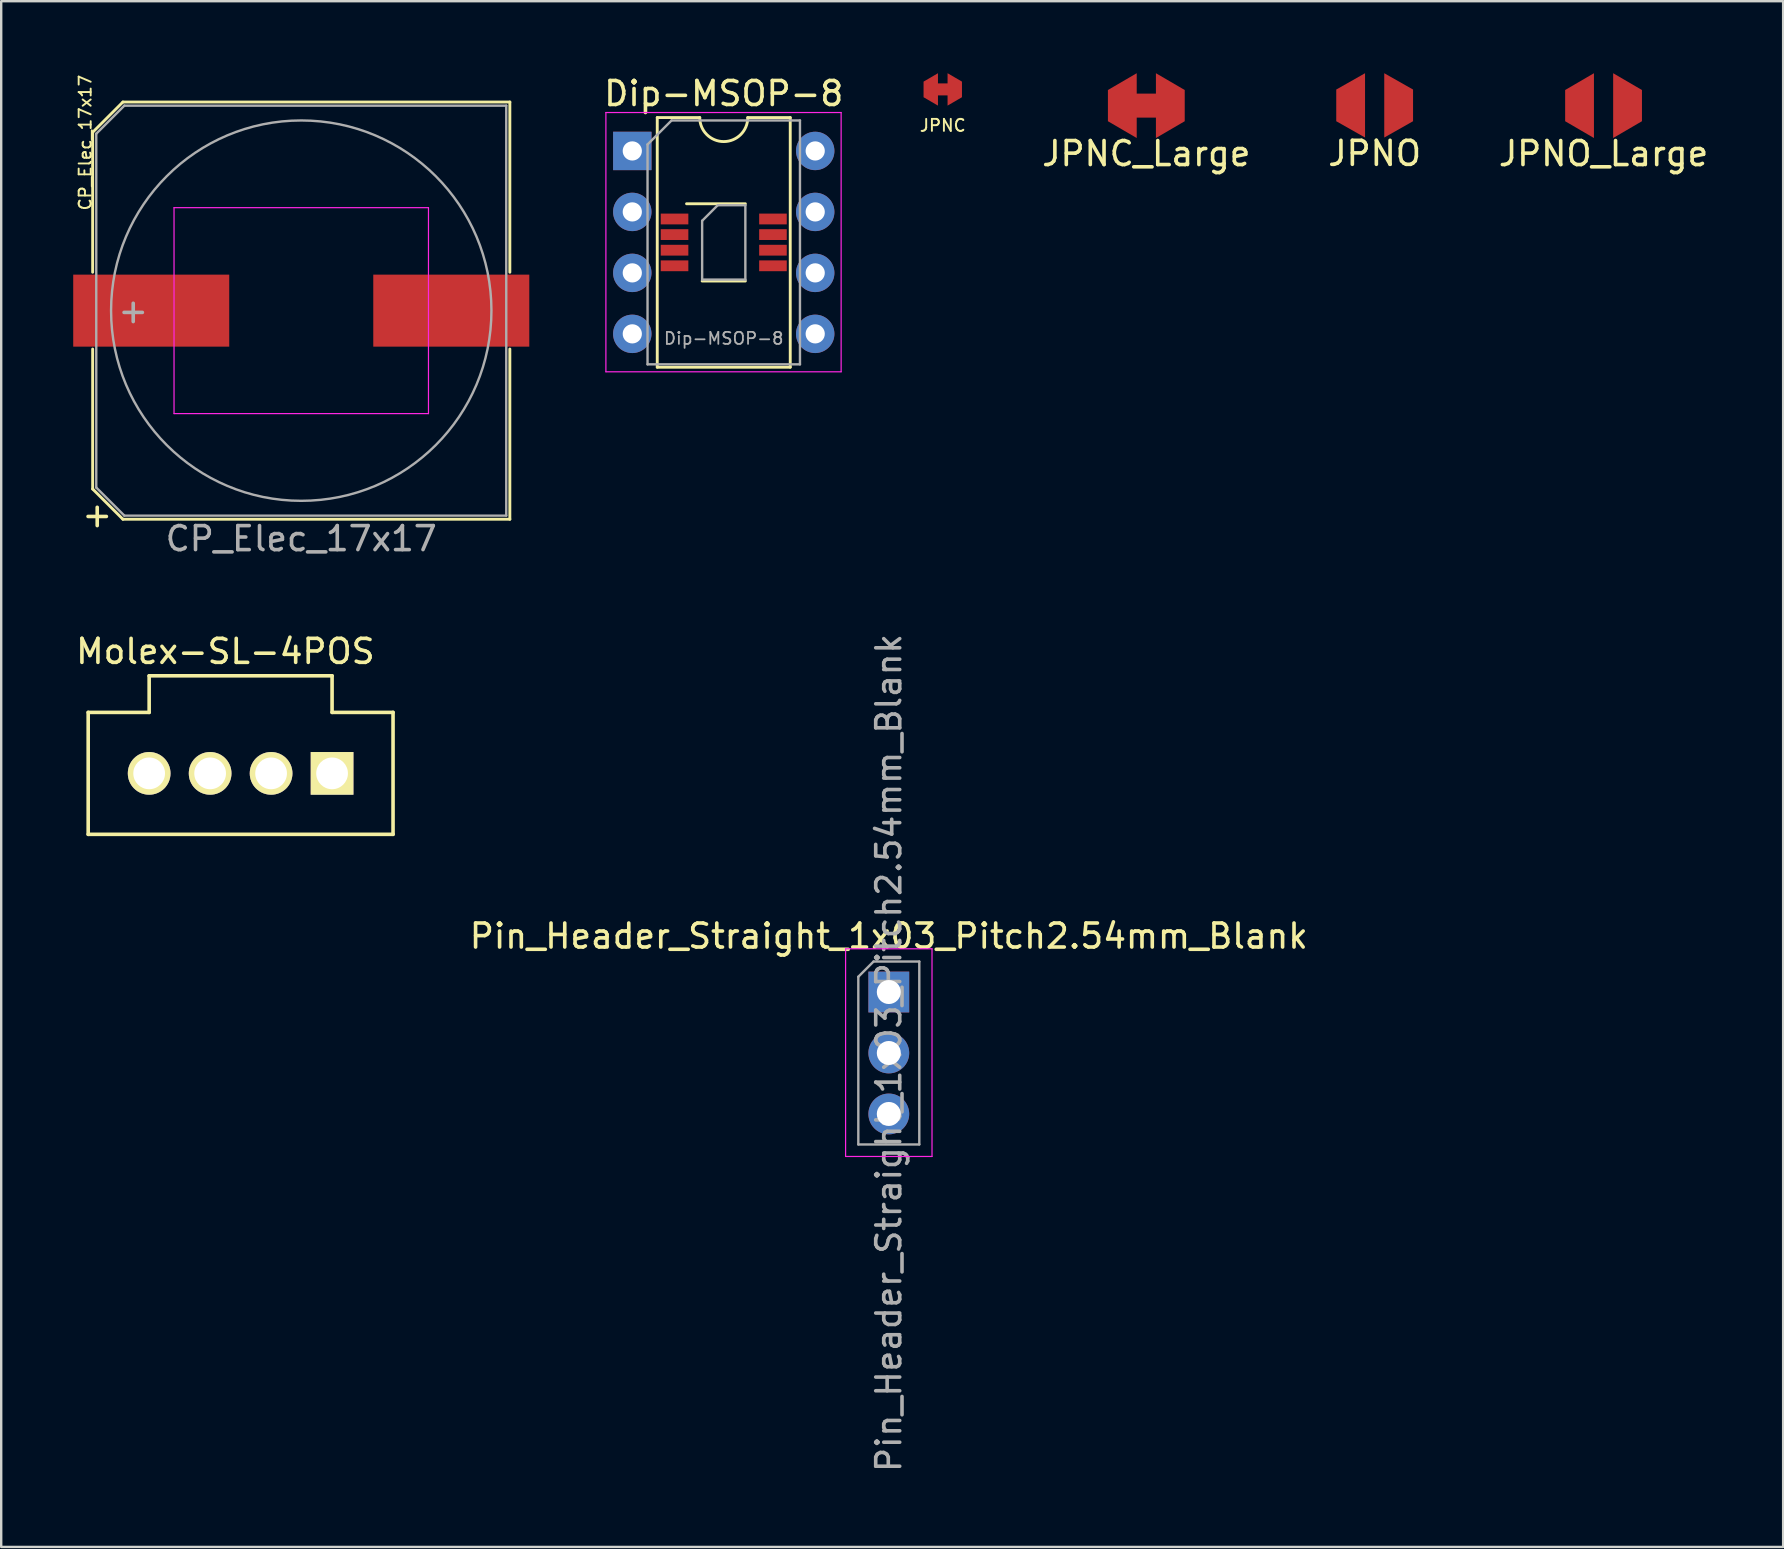
<source format=kicad_pcb>
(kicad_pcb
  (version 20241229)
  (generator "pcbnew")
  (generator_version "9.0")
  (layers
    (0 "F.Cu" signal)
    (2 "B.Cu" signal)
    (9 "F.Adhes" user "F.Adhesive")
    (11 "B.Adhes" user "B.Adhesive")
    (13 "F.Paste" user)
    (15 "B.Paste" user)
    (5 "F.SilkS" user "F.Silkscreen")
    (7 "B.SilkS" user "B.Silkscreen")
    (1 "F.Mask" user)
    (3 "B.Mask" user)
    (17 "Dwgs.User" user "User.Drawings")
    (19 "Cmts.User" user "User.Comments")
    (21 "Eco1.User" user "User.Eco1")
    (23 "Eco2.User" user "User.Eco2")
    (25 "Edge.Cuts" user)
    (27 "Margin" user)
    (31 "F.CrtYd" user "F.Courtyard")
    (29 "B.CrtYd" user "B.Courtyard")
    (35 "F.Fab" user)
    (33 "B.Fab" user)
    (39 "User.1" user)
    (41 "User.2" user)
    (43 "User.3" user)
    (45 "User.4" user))
  (footprint "JPNC_Large"
    (layer "F.Cu")
    (at 44.705 1.35)
    (property "Reference" "JPNC_Large" (at 0 2 0) (layer "F.SilkS") (effects (font (size 1 1) (thickness 0.15))))
    (attr through_hole)
    (pad "" smd rect (at 0 0) (size 1.2 1) (layers "F.Cu" "F.Mask" "F.Paste"))
    (pad "1" smd trapezoid (at -1 0 180) (size 1.2 2) (rect_delta 0.7 0) (layers "F.Cu" "F.Mask" "F.Paste"))
    (pad "2" smd trapezoid (at 1 0) (size 1.2 2) (rect_delta 0.7 0) (layers "F.Cu" "F.Mask" "F.Paste")))
  (footprint "Dip-MSOP-8"
    (layer "F.Cu")
    (at 23.291 3.238)
    (property "Reference" "Dip-MSOP-8" (at 3.81 -2.39 0) (layer "F.SilkS") (effects (font (size 1 1) (thickness 0.15))))
    (attr smd)
    (fp_line (start 1.04 -1.39) (end 1.04 9.01) (stroke (width 0.12) (type solid)) (layer "F.SilkS"))
    (fp_line (start 1.04 9.01) (end 6.58 9.01) (stroke (width 0.12) (type solid)) (layer "F.SilkS"))
    (fp_line (start 2.81 -1.39) (end 1.04 -1.39) (stroke (width 0.12) (type solid)) (layer "F.SilkS"))
    (fp_line (start 2.91 5.42) (end 4.71 5.42) (stroke (width 0.12) (type solid)) (layer "F.SilkS"))
    (fp_line (start 4.71 2.2) (end 2.26 2.2) (stroke (width 0.12) (type solid)) (layer "F.SilkS"))
    (fp_line (start 6.58 -1.39) (end 4.81 -1.39) (stroke (width 0.12) (type solid)) (layer "F.SilkS"))
    (fp_line (start 6.58 9.01) (end 6.58 -1.39) (stroke (width 0.12) (type solid)) (layer "F.SilkS"))
    (fp_arc (start 4.81 -1.39) (mid 3.81 -0.39) (end 2.81 -1.39) (stroke (width 0.12) (type solid)) (layer "F.SilkS"))
    (fp_line (start -1.1 -1.6) (end -1.1 9.2) (stroke (width 0.05) (type solid)) (layer "F.CrtYd"))
    (fp_line (start -1.1 9.2) (end 8.7 9.2) (stroke (width 0.05) (type solid)) (layer "F.CrtYd"))
    (fp_line (start 8.7 -1.6) (end -1.1 -1.6) (stroke (width 0.05) (type solid)) (layer "F.CrtYd"))
    (fp_line (start 8.7 9.2) (end 8.7 -1.6) (stroke (width 0.05) (type solid)) (layer "F.CrtYd"))
    (fp_line (start 0.635 -0.27) (end 1.635 -1.27) (stroke (width 0.1) (type solid)) (layer "F.Fab"))
    (fp_line (start 0.635 8.89) (end 0.635 -0.27) (stroke (width 0.1) (type solid)) (layer "F.Fab"))
    (fp_line (start 1.635 -1.27) (end 6.985 -1.27) (stroke (width 0.1) (type solid)) (layer "F.Fab"))
    (fp_line (start 2.91 2.91) (end 2.91 5.36) (stroke (width 0.1) (type solid)) (layer "F.Fab"))
    (fp_line (start 2.91 2.91) (end 3.56 2.26) (stroke (width 0.1) (type solid)) (layer "F.Fab"))
    (fp_line (start 4.71 2.26) (end 3.56 2.26) (stroke (width 0.1) (type solid)) (layer "F.Fab"))
    (fp_line (start 4.71 2.26) (end 4.71 5.36) (stroke (width 0.1) (type solid)) (layer "F.Fab"))
    (fp_line (start 4.71 5.36) (end 2.91 5.36) (stroke (width 0.1) (type solid)) (layer "F.Fab"))
    (fp_line (start 6.985 -1.27) (end 6.985 8.89) (stroke (width 0.1) (type solid)) (layer "F.Fab"))
    (fp_line (start 6.985 8.89) (end 0.635 8.89) (stroke (width 0.1) (type solid)) (layer "F.Fab"))
    (fp_text user "${REFERENCE}" (at 3.81 7.81 0) (layer "F.Fab") (effects (font (size 0.5 0.5) (thickness 0.075))))
    (pad "1" thru_hole rect (at 0 0) (size 1.6 1.6) (drill 0.8) (layers "*.Cu" "*.Mask"))
    (pad "1" smd rect (at 1.76 2.835) (size 1.15 0.45) (layers "F.Cu" "F.Mask" "F.Paste"))
    (pad "2" thru_hole oval (at 0 2.54) (size 1.6 1.6) (drill 0.8) (layers "*.Cu" "*.Mask"))
    (pad "2" smd rect (at 1.76 3.485) (size 1.15 0.45) (layers "F.Cu" "F.Mask" "F.Paste"))
    (pad "3" thru_hole oval (at 0 5.08) (size 1.6 1.6) (drill 0.8) (layers "*.Cu" "*.Mask"))
    (pad "3" smd rect (at 1.76 4.135) (size 1.15 0.45) (layers "F.Cu" "F.Mask" "F.Paste"))
    (pad "4" thru_hole oval (at 0 7.62) (size 1.6 1.6) (drill 0.8) (layers "*.Cu" "*.Mask"))
    (pad "4" smd rect (at 1.76 4.785) (size 1.15 0.45) (layers "F.Cu" "F.Mask" "F.Paste"))
    (pad "5" smd rect (at 5.86 4.785) (size 1.15 0.45) (layers "F.Cu" "F.Mask" "F.Paste"))
    (pad "5" thru_hole oval (at 7.62 7.62) (size 1.6 1.6) (drill 0.8) (layers "*.Cu" "*.Mask"))
    (pad "6" smd rect (at 5.86 4.135) (size 1.15 0.45) (layers "F.Cu" "F.Mask" "F.Paste"))
    (pad "6" thru_hole oval (at 7.62 5.08) (size 1.6 1.6) (drill 0.8) (layers "*.Cu" "*.Mask"))
    (pad "7" smd rect (at 5.86 3.485) (size 1.15 0.45) (layers "F.Cu" "F.Mask" "F.Paste"))
    (pad "7" thru_hole oval (at 7.62 2.54) (size 1.6 1.6) (drill 0.8) (layers "*.Cu" "*.Mask"))
    (pad "8" smd rect (at 5.86 2.835) (size 1.15 0.45) (layers "F.Cu" "F.Mask" "F.Paste"))
    (pad "8" thru_hole oval (at 7.62 0) (size 1.6 1.6) (drill 0.8) (layers "*.Cu" "*.Mask")))
  (footprint "Pin_Header_Straight_1x03_Pitch2.54mm_Blank"
    (layer "F.Cu")
    (at 33.977 38.277)
    (property "Reference" "Pin_Header_Straight_1x03_Pitch2.54mm_Blank" (at 0 -2.33 0) (layer "F.SilkS") (effects (font (size 1 1) (thickness 0.15))))
    (attr through_hole)
    (fp_line (start -1.8 -1.8) (end -1.8 6.85) (stroke (width 0.05) (type solid)) (layer "F.CrtYd"))
    (fp_line (start -1.8 6.85) (end 1.8 6.85) (stroke (width 0.05) (type solid)) (layer "F.CrtYd"))
    (fp_line (start 1.8 -1.8) (end -1.8 -1.8) (stroke (width 0.05) (type solid)) (layer "F.CrtYd"))
    (fp_line (start 1.8 6.85) (end 1.8 -1.8) (stroke (width 0.05) (type solid)) (layer "F.CrtYd"))
    (fp_line (start -1.27 -0.635) (end -0.635 -1.27) (stroke (width 0.1) (type solid)) (layer "F.Fab"))
    (fp_line (start -1.27 6.35) (end -1.27 -0.635) (stroke (width 0.1) (type solid)) (layer "F.Fab"))
    (fp_line (start -0.635 -1.27) (end 1.27 -1.27) (stroke (width 0.1) (type solid)) (layer "F.Fab"))
    (fp_line (start 1.27 -1.27) (end 1.27 6.35) (stroke (width 0.1) (type solid)) (layer "F.Fab"))
    (fp_line (start 1.27 6.35) (end -1.27 6.35) (stroke (width 0.1) (type solid)) (layer "F.Fab"))
    (fp_text user "${REFERENCE}" (at 0 2.54 90) (layer "F.Fab") (effects (font (size 1 1) (thickness 0.15))))
    (pad "1" thru_hole rect (at 0 0) (size 1.7 1.7) (drill 1) (layers "*.Cu" "*.Mask"))
    (pad "2" thru_hole oval (at 0 2.54) (size 1.7 1.7) (drill 1) (layers "*.Cu" "*.Mask"))
    (pad "3" thru_hole oval (at 0 5.08) (size 1.7 1.7) (drill 1) (layers "*.Cu" "*.Mask")))
  (footprint "Molex-SL-4POS"
    (layer "F.Cu")
    (at 10.784 29.168)
    (property "Reference" "Molex-SL-4POS" (at -4.445 -5.08 0) (layer "F.SilkS") (effects (font (size 1 1) (thickness 0.15))))
    (attr through_hole)
    (fp_line (start -10.16 -2.54) (end -7.62 -2.54) (stroke (width 0.15) (type solid)) (layer "F.SilkS"))
    (fp_line (start -10.16 2.54) (end -10.16 -2.54) (stroke (width 0.15) (type solid)) (layer "F.SilkS"))
    (fp_line (start -10.16 2.54) (end 2.54 2.54) (stroke (width 0.15) (type solid)) (layer "F.SilkS"))
    (fp_line (start -7.62 -2.54) (end -7.62 -4.064) (stroke (width 0.15) (type solid)) (layer "F.SilkS"))
    (fp_line (start 0 -4.064) (end -7.62 -4.064) (stroke (width 0.15) (type solid)) (layer "F.SilkS"))
    (fp_line (start 0 -2.54) (end 0 -4.064) (stroke (width 0.15) (type solid)) (layer "F.SilkS"))
    (fp_line (start 2.54 -2.54) (end 0 -2.54) (stroke (width 0.15) (type solid)) (layer "F.SilkS"))
    (fp_line (start 2.54 2.54) (end 2.54 -2.54) (stroke (width 0.15) (type solid)) (layer "F.SilkS"))
    (pad "1" thru_hole rect (at 0 0) (size 1.778 1.778) (drill 1.321) (layers "*.Cu" "*.Mask" "F.SilkS"))
    (pad "2" thru_hole circle (at -2.54 0) (size 1.778 1.778) (drill 1.321) (layers "*.Cu" "*.Mask" "F.SilkS"))
    (pad "3" thru_hole circle (at -5.08 0) (size 1.778 1.778) (drill 1.321) (layers "*.Cu" "*.Mask" "F.SilkS"))
    (pad "4" thru_hole circle (at -7.62 0) (size 1.778 1.778) (drill 1.321) (layers "*.Cu" "*.Mask" "F.SilkS")))
  (footprint "JPNC"
    (layer "F.Cu")
    (at 36.225 0.675)
    (property "Reference" "JPNC" (at 0 1.5 0) (layer "F.SilkS") (effects (font (size 0.5 0.5) (thickness 0.08))))
    (attr through_hole)
    (fp_line (start -0.381 0) (end 0.381 0) (stroke (width 0.5) (type solid)) (layer "F.Cu"))
    (pad "1" smd trapezoid (at -0.5 0 180) (size 0.6 1) (rect_delta 0.35 0) (layers "F.Cu" "F.Mask" "F.Paste"))
    (pad "2" smd trapezoid (at 0.5 0) (size 0.6 1) (rect_delta 0.35 0) (layers "F.Cu" "F.Mask" "F.Paste")))
  (footprint "JPNO"
    (layer "F.Cu")
    (at 54.217 1.34)
    (property "Reference" "JPNO" (at 0 2 0) (layer "F.SilkS") (effects (font (size 1 1) (thickness 0.15))))
    (attr through_hole)
    (pad "1" smd trapezoid (at -1 0 180) (size 1.2 2) (rect_delta 0.68 0) (layers "F.Cu" "F.Mask" "F.Paste"))
    (pad "2" smd trapezoid (at 1 0) (size 1.2 2) (rect_delta 0.68 0) (layers "F.Cu" "F.Mask" "F.Paste")))
  (footprint "CP_Elec_17x17"
    (layer "F.Cu")
    (at 9.5 9.891)
    (property "Reference" "CP_Elec_17x17" (at -9 -7 90) (layer "F.SilkS") (effects (font (size 0.5 0.5) (thickness 0.08))))
    (attr smd)
    (fp_line (start -8.69 -7.43) (end -8.69 -1.6) (stroke (width 0.12) (type solid)) (layer "F.SilkS"))
    (fp_line (start -8.69 -7.43) (end -7.43 -8.69) (stroke (width 0.12) (type solid)) (layer "F.SilkS"))
    (fp_line (start -8.69 7.43) (end -8.69 1.6) (stroke (width 0.12) (type solid)) (layer "F.SilkS"))
    (fp_line (start -7.43 -8.69) (end 8.69 -8.69) (stroke (width 0.12) (type solid)) (layer "F.SilkS"))
    (fp_line (start -7.43 8.69) (end -8.69 7.43) (stroke (width 0.12) (type solid)) (layer "F.SilkS"))
    (fp_line (start 8.69 -8.69) (end 8.69 -1.6) (stroke (width 0.12) (type solid)) (layer "F.SilkS"))
    (fp_line (start 8.69 8.69) (end -7.43 8.69) (stroke (width 0.12) (type solid)) (layer "F.SilkS"))
    (fp_line (start 8.69 8.69) (end 8.69 1.6) (stroke (width 0.12) (type solid)) (layer "F.SilkS"))
    (fp_line (start -5.3 -4.29) (end -5.3 4.29) (stroke (width 0.05) (type solid)) (layer "F.CrtYd"))
    (fp_line (start -5.3 -4.29) (end 5.3 -4.29) (stroke (width 0.05) (type solid)) (layer "F.CrtYd"))
    (fp_line (start 5.3 4.29) (end -5.3 4.29) (stroke (width 0.05) (type solid)) (layer "F.CrtYd"))
    (fp_line (start 5.3 4.29) (end 5.3 -4.29) (stroke (width 0.05) (type solid)) (layer "F.CrtYd"))
    (fp_line (start -8.54 -7.37) (end -8.54 7.37) (stroke (width 0.1) (type solid)) (layer "F.Fab"))
    (fp_line (start -8.54 7.37) (end -7.37 8.54) (stroke (width 0.1) (type solid)) (layer "F.Fab"))
    (fp_line (start -7.37 -8.54) (end -8.54 -7.37) (stroke (width 0.1) (type solid)) (layer "F.Fab"))
    (fp_line (start -7.37 8.54) (end 8.54 8.54) (stroke (width 0.1) (type solid)) (layer "F.Fab"))
    (fp_line (start 8.54 -8.54) (end -7.37 -8.54) (stroke (width 0.1) (type solid)) (layer "F.Fab"))
    (fp_line (start 8.54 8.54) (end 8.54 -8.54) (stroke (width 0.1) (type solid)) (layer "F.Fab"))
    (fp_circle (center 0 0) (end -0.6 7.9) (stroke (width 0.1) (type solid)) (fill no) (layer "F.Fab"))
    (fp_text user "+" (at -8.5 8.5 0) (layer "F.SilkS") (effects (font (size 1 1) (thickness 0.15))))
    (fp_text user "+" (at -7 0 0) (layer "F.Fab") (effects (font (size 1 1) (thickness 0.15))))
    (fp_text user "${REFERENCE}" (at 0 9.5 0) (layer "F.Fab") (effects (font (size 1 1) (thickness 0.15))))
    (pad "1" smd rect (at -6.25 0 180) (size 6.5 3) (layers "F.Cu" "F.Mask" "F.Paste"))
    (pad "2" smd rect (at 6.25 0 180) (size 6.5 3) (layers "F.Cu" "F.Mask" "F.Paste")))
  (footprint "JPNO_Large"
    (layer "F.Cu")
    (at 63.753 1.35)
    (property "Reference" "JPNO_Large" (at 0 2 0) (layer "F.SilkS") (effects (font (size 1 1) (thickness 0.15))))
    (attr through_hole)
    (pad "1" smd trapezoid (at -1 0 180) (size 1.2 2) (rect_delta 0.7 0) (layers "F.Cu" "F.Mask" "F.Paste"))
    (pad "2" smd trapezoid (at 1 0) (size 1.2 2) (rect_delta 0.7 0) (layers "F.Cu" "F.Mask" "F.Paste")))
  (gr_rect
    (start -3 -3)
    (end 71.235 61.394)
    (stroke (width 0.1) (type default))
    (fill no)
    (layer "Edge.Cuts")))
</source>
